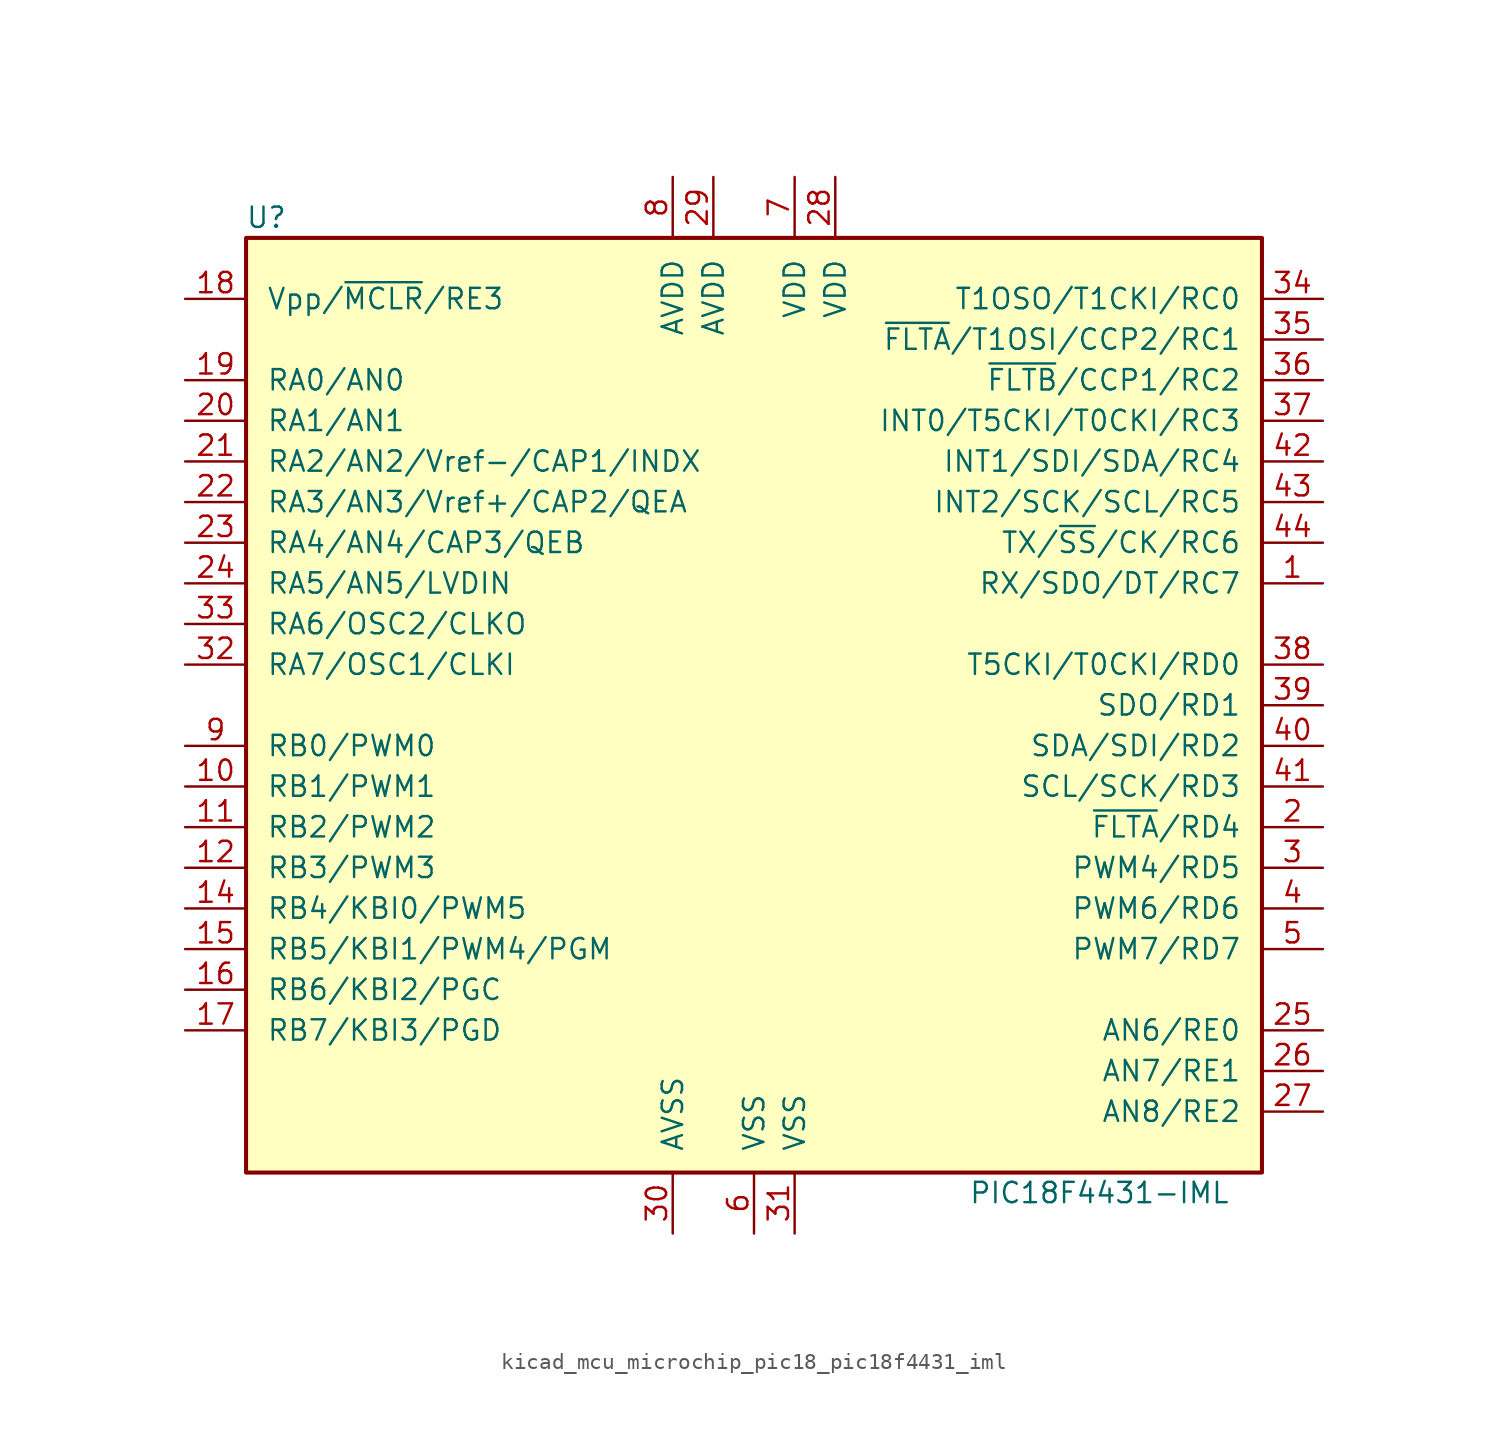
<source format=kicad_sym>
(kicad_symbol_lib
  (version 20220914)
  (generator kicad_symbol_editor)
  (symbol "kicad_mcu_microchip_pic18_pic18f4431_iml"
    (pin_names
      (offset 1.27))
    (property "Reference" "U"
      (at -30.48 30.48 0)
      (effects (font (size 1.27 1.27))))
    (property "Value" "PIC18F4431-IML"
      (at 21.59 -30.48 0)
      (effects (font (size 1.27 1.27))))
    (symbol "kicad_mcu_microchip_pic18_pic18f4431_iml_0_1"
      (rectangle (start -31.75 29.21) (end 31.75 -29.21) (stroke (width 0.254) (type default)) (fill (type background))))
    (symbol "kicad_mcu_microchip_pic18_pic18f4431_iml_1_1"
      (pin bidirectional line (at 35.56 7.62 180) (length 3.81) (name "RX/SDO/DT/RC7" (effects (font (size 1.27 1.27)))) (number "1" (effects (font (size 1.27 1.27)))))
      (pin bidirectional line (at -35.56 -5.08 0) (length 3.81) (name "RB1/PWM1" (effects (font (size 1.27 1.27)))) (number "10" (effects (font (size 1.27 1.27)))))
      (pin bidirectional line (at -35.56 -7.62 0) (length 3.81) (name "RB2/PWM2" (effects (font (size 1.27 1.27)))) (number "11" (effects (font (size 1.27 1.27)))))
      (pin bidirectional line (at -35.56 -10.16 0) (length 3.81) (name "RB3/PWM3" (effects (font (size 1.27 1.27)))) (number "12" (effects (font (size 1.27 1.27)))))
      (pin no_connect line (at -10.16 -29.21 90) (length 3.81) hide (name "NC" (effects (font (size 1.27 1.27)))) (number "13" (effects (font (size 1.27 1.27)))))
      (pin bidirectional line (at -35.56 -12.7 0) (length 3.81) (name "RB4/KBI0/PWM5" (effects (font (size 1.27 1.27)))) (number "14" (effects (font (size 1.27 1.27)))))
      (pin bidirectional line (at -35.56 -15.24 0) (length 3.81) (name "RB5/KBI1/PWM4/PGM" (effects (font (size 1.27 1.27)))) (number "15" (effects (font (size 1.27 1.27)))))
      (pin bidirectional line (at -35.56 -17.78 0) (length 3.81) (name "RB6/KBI2/PGC" (effects (font (size 1.27 1.27)))) (number "16" (effects (font (size 1.27 1.27)))))
      (pin bidirectional line (at -35.56 -20.32 0) (length 3.81) (name "RB7/KBI3/PGD" (effects (font (size 1.27 1.27)))) (number "17" (effects (font (size 1.27 1.27)))))
      (pin input line (at -35.56 25.4 0) (length 3.81) (name "Vpp/~{MCLR}/RE3" (effects (font (size 1.27 1.27)))) (number "18" (effects (font (size 1.27 1.27)))))
      (pin bidirectional line (at -35.56 20.32 0) (length 3.81) (name "RA0/AN0" (effects (font (size 1.27 1.27)))) (number "19" (effects (font (size 1.27 1.27)))))
      (pin bidirectional line (at 35.56 -7.62 180) (length 3.81) (name "~{FLTA}/RD4" (effects (font (size 1.27 1.27)))) (number "2" (effects (font (size 1.27 1.27)))))
      (pin bidirectional line (at -35.56 17.78 0) (length 3.81) (name "RA1/AN1" (effects (font (size 1.27 1.27)))) (number "20" (effects (font (size 1.27 1.27)))))
      (pin bidirectional line (at -35.56 15.24 0) (length 3.81) (name "RA2/AN2/Vref-/CAP1/INDX" (effects (font (size 1.27 1.27)))) (number "21" (effects (font (size 1.27 1.27)))))
      (pin bidirectional line (at -35.56 12.7 0) (length 3.81) (name "RA3/AN3/Vref+/CAP2/QEA" (effects (font (size 1.27 1.27)))) (number "22" (effects (font (size 1.27 1.27)))))
      (pin bidirectional line (at -35.56 10.16 0) (length 3.81) (name "RA4/AN4/CAP3/QEB" (effects (font (size 1.27 1.27)))) (number "23" (effects (font (size 1.27 1.27)))))
      (pin bidirectional line (at -35.56 7.62 0) (length 3.81) (name "RA5/AN5/LVDIN" (effects (font (size 1.27 1.27)))) (number "24" (effects (font (size 1.27 1.27)))))
      (pin bidirectional line (at 35.56 -20.32 180) (length 3.81) (name "AN6/RE0" (effects (font (size 1.27 1.27)))) (number "25" (effects (font (size 1.27 1.27)))))
      (pin bidirectional line (at 35.56 -22.86 180) (length 3.81) (name "AN7/RE1" (effects (font (size 1.27 1.27)))) (number "26" (effects (font (size 1.27 1.27)))))
      (pin bidirectional line (at 35.56 -25.4 180) (length 3.81) (name "AN8/RE2" (effects (font (size 1.27 1.27)))) (number "27" (effects (font (size 1.27 1.27)))))
      (pin power_in line (at 5.08 33.02 270) (length 3.81) (name "VDD" (effects (font (size 1.27 1.27)))) (number "28" (effects (font (size 1.27 1.27)))))
      (pin power_in line (at -2.54 33.02 270) (length 3.81) (name "AVDD" (effects (font (size 1.27 1.27)))) (number "29" (effects (font (size 1.27 1.27)))))
      (pin bidirectional line (at 35.56 -10.16 180) (length 3.81) (name "PWM4/RD5" (effects (font (size 1.27 1.27)))) (number "3" (effects (font (size 1.27 1.27)))))
      (pin power_in line (at -5.08 -33.02 90) (length 3.81) (name "AVSS" (effects (font (size 1.27 1.27)))) (number "30" (effects (font (size 1.27 1.27)))))
      (pin power_in line (at 2.54 -33.02 90) (length 3.81) (name "VSS" (effects (font (size 1.27 1.27)))) (number "31" (effects (font (size 1.27 1.27)))))
      (pin bidirectional line (at -35.56 2.54 0) (length 3.81) (name "RA7/OSC1/CLKI" (effects (font (size 1.27 1.27)))) (number "32" (effects (font (size 1.27 1.27)))))
      (pin bidirectional line (at -35.56 5.08 0) (length 3.81) (name "RA6/OSC2/CLKO" (effects (font (size 1.27 1.27)))) (number "33" (effects (font (size 1.27 1.27)))))
      (pin bidirectional line (at 35.56 25.4 180) (length 3.81) (name "T1OSO/T1CKI/RC0" (effects (font (size 1.27 1.27)))) (number "34" (effects (font (size 1.27 1.27)))))
      (pin bidirectional line (at 35.56 22.86 180) (length 3.81) (name "~{FLTA}/T1OSI/CCP2/RC1" (effects (font (size 1.27 1.27)))) (number "35" (effects (font (size 1.27 1.27)))))
      (pin bidirectional line (at 35.56 20.32 180) (length 3.81) (name "~{FLTB}/CCP1/RC2" (effects (font (size 1.27 1.27)))) (number "36" (effects (font (size 1.27 1.27)))))
      (pin bidirectional line (at 35.56 17.78 180) (length 3.81) (name "INT0/T5CKI/T0CKI/RC3" (effects (font (size 1.27 1.27)))) (number "37" (effects (font (size 1.27 1.27)))))
      (pin bidirectional line (at 35.56 2.54 180) (length 3.81) (name "T5CKI/T0CKI/RD0" (effects (font (size 1.27 1.27)))) (number "38" (effects (font (size 1.27 1.27)))))
      (pin bidirectional line (at 35.56 0 180) (length 3.81) (name "SDO/RD1" (effects (font (size 1.27 1.27)))) (number "39" (effects (font (size 1.27 1.27)))))
      (pin bidirectional line (at 35.56 -12.7 180) (length 3.81) (name "PWM6/RD6" (effects (font (size 1.27 1.27)))) (number "4" (effects (font (size 1.27 1.27)))))
      (pin bidirectional line (at 35.56 -2.54 180) (length 3.81) (name "SDA/SDI/RD2" (effects (font (size 1.27 1.27)))) (number "40" (effects (font (size 1.27 1.27)))))
      (pin bidirectional line (at 35.56 -5.08 180) (length 3.81) (name "SCL/SCK/RD3" (effects (font (size 1.27 1.27)))) (number "41" (effects (font (size 1.27 1.27)))))
      (pin bidirectional line (at 35.56 15.24 180) (length 3.81) (name "INT1/SDI/SDA/RC4" (effects (font (size 1.27 1.27)))) (number "42" (effects (font (size 1.27 1.27)))))
      (pin bidirectional line (at 35.56 12.7 180) (length 3.81) (name "INT2/SCK/SCL/RC5" (effects (font (size 1.27 1.27)))) (number "43" (effects (font (size 1.27 1.27)))))
      (pin bidirectional line (at 35.56 10.16 180) (length 3.81) (name "TX/~{SS}/CK/RC6" (effects (font (size 1.27 1.27)))) (number "44" (effects (font (size 1.27 1.27)))))
      (pin bidirectional line (at 35.56 -15.24 180) (length 3.81) (name "PWM7/RD7" (effects (font (size 1.27 1.27)))) (number "5" (effects (font (size 1.27 1.27)))))
      (pin power_in line (at 0 -33.02 90) (length 3.81) (name "VSS" (effects (font (size 1.27 1.27)))) (number "6" (effects (font (size 1.27 1.27)))))
      (pin power_in line (at 2.54 33.02 270) (length 3.81) (name "VDD" (effects (font (size 1.27 1.27)))) (number "7" (effects (font (size 1.27 1.27)))))
      (pin power_in line (at -5.08 33.02 270) (length 3.81) (name "AVDD" (effects (font (size 1.27 1.27)))) (number "8" (effects (font (size 1.27 1.27)))))
      (pin bidirectional line (at -35.56 -2.54 0) (length 3.81) (name "RB0/PWM0" (effects (font (size 1.27 1.27)))) (number "9" (effects (font (size 1.27 1.27))))))))
</source>
